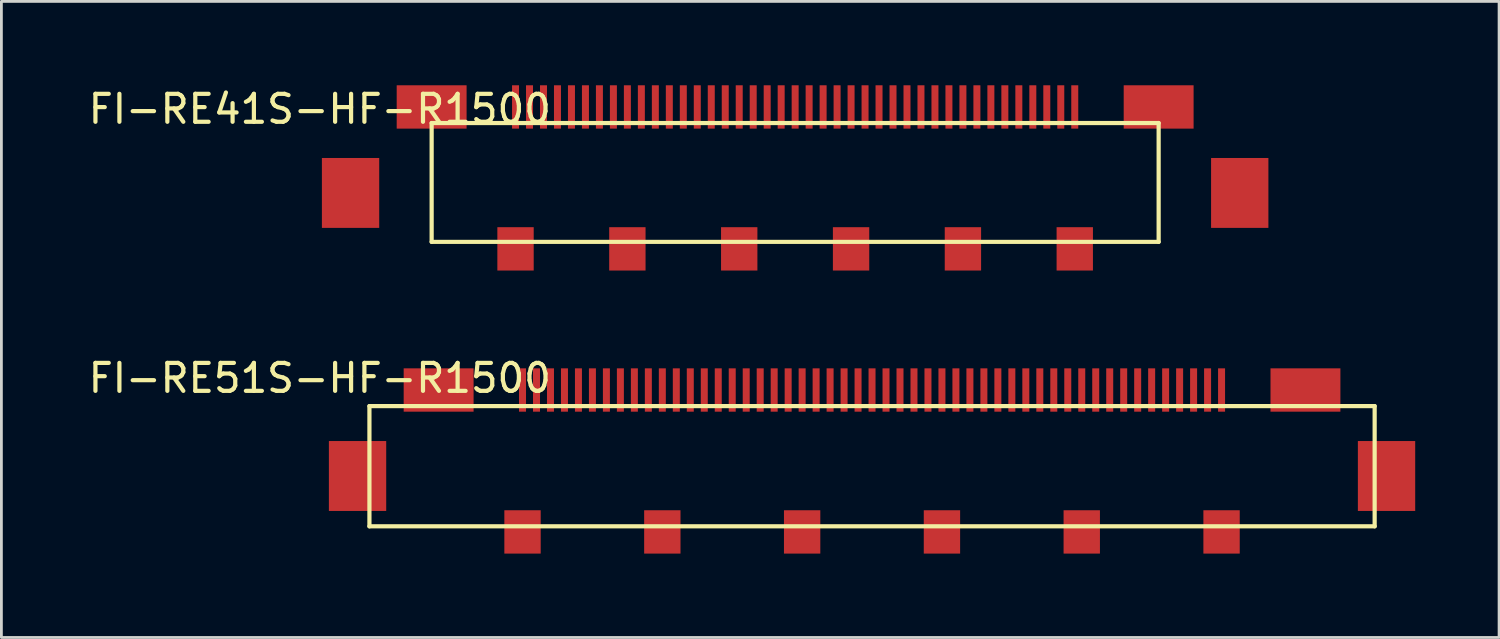
<source format=kicad_pcb>
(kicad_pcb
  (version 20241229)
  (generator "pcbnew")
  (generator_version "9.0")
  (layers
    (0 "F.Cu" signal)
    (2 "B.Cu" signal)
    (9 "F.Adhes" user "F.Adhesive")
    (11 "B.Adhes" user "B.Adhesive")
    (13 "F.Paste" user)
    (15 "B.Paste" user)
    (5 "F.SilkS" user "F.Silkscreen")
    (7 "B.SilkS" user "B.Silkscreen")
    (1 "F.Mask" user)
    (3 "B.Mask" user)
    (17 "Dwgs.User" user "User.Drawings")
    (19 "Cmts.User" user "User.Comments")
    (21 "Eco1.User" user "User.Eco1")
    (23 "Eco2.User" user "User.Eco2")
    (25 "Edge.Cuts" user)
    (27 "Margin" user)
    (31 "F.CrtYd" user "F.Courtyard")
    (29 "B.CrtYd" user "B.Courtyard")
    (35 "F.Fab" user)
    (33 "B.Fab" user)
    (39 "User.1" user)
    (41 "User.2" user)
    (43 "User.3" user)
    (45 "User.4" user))
  (footprint "FI-RE51S-HF-R1500"
    (layer "F.Cu")
    (at 28.137 11.473)
    (property "Reference" "FI-RE51S-HF-R1500" (at -19.75 -1 0) (layer "F.SilkS") (effects (font (size 1 1) (thickness 0.15))))
    (attr through_hole)
    (fp_line (start -17.975 0) (end 17.975 0) (stroke (width 0.15) (type solid)) (layer "F.SilkS"))
    (fp_line (start -17.975 4.3) (end -17.975 0) (stroke (width 0.15) (type solid)) (layer "F.SilkS"))
    (fp_line (start 17.975 0) (end 17.975 4.3) (stroke (width 0.15) (type solid)) (layer "F.SilkS"))
    (fp_line (start 17.975 4.3) (end -17.975 4.3) (stroke (width 0.15) (type solid)) (layer "F.SilkS"))
    (pad "1" smd rect (at -12.5 -0.575) (size 0.25 1.55) (layers "F.Cu" "F.Mask" "F.Paste"))
    (pad "2" smd rect (at -12 -0.575) (size 0.25 1.55) (layers "F.Cu" "F.Mask" "F.Paste"))
    (pad "3" smd rect (at -11.5 -0.575) (size 0.25 1.55) (layers "F.Cu" "F.Mask" "F.Paste"))
    (pad "4" smd rect (at -11 -0.575) (size 0.25 1.55) (layers "F.Cu" "F.Mask" "F.Paste"))
    (pad "5" smd rect (at -10.5 -0.575) (size 0.25 1.55) (layers "F.Cu" "F.Mask" "F.Paste"))
    (pad "6" smd rect (at -10 -0.575) (size 0.25 1.55) (layers "F.Cu" "F.Mask" "F.Paste"))
    (pad "7" smd rect (at -9.5 -0.575) (size 0.25 1.55) (layers "F.Cu" "F.Mask" "F.Paste"))
    (pad "8" smd rect (at -9 -0.575) (size 0.25 1.55) (layers "F.Cu" "F.Mask" "F.Paste"))
    (pad "9" smd rect (at -8.5 -0.575) (size 0.25 1.55) (layers "F.Cu" "F.Mask" "F.Paste"))
    (pad "10" smd rect (at -8 -0.575) (size 0.25 1.55) (layers "F.Cu" "F.Mask" "F.Paste"))
    (pad "11" smd rect (at -7.5 -0.575) (size 0.25 1.55) (layers "F.Cu" "F.Mask" "F.Paste"))
    (pad "12" smd rect (at -7 -0.575) (size 0.25 1.55) (layers "F.Cu" "F.Mask" "F.Paste"))
    (pad "13" smd rect (at -6.5 -0.575) (size 0.25 1.55) (layers "F.Cu" "F.Mask" "F.Paste"))
    (pad "14" smd rect (at -6 -0.575) (size 0.25 1.55) (layers "F.Cu" "F.Mask" "F.Paste"))
    (pad "15" smd rect (at -5.5 -0.575) (size 0.25 1.55) (layers "F.Cu" "F.Mask" "F.Paste"))
    (pad "16" smd rect (at -5 -0.575) (size 0.25 1.55) (layers "F.Cu" "F.Mask" "F.Paste"))
    (pad "17" smd rect (at -4.5 -0.575) (size 0.25 1.55) (layers "F.Cu" "F.Mask" "F.Paste"))
    (pad "18" smd rect (at -4 -0.575) (size 0.25 1.55) (layers "F.Cu" "F.Mask" "F.Paste"))
    (pad "19" smd rect (at -3.5 -0.575) (size 0.25 1.55) (layers "F.Cu" "F.Mask" "F.Paste"))
    (pad "20" smd rect (at -3 -0.575) (size 0.25 1.55) (layers "F.Cu" "F.Mask" "F.Paste"))
    (pad "21" smd rect (at -2.5 -0.575) (size 0.25 1.55) (layers "F.Cu" "F.Mask" "F.Paste"))
    (pad "22" smd rect (at -2 -0.575) (size 0.25 1.55) (layers "F.Cu" "F.Mask" "F.Paste"))
    (pad "23" smd rect (at -1.5 -0.575) (size 0.25 1.55) (layers "F.Cu" "F.Mask" "F.Paste"))
    (pad "24" smd rect (at -1 -0.575) (size 0.25 1.55) (layers "F.Cu" "F.Mask" "F.Paste"))
    (pad "25" smd rect (at -0.5 -0.575) (size 0.25 1.55) (layers "F.Cu" "F.Mask" "F.Paste"))
    (pad "26" smd rect (at 0 -0.575) (size 0.25 1.55) (layers "F.Cu" "F.Mask" "F.Paste"))
    (pad "27" smd rect (at 0.5 -0.575) (size 0.25 1.55) (layers "F.Cu" "F.Mask" "F.Paste"))
    (pad "28" smd rect (at 1 -0.575) (size 0.25 1.55) (layers "F.Cu" "F.Mask" "F.Paste"))
    (pad "29" smd rect (at 1.5 -0.575) (size 0.25 1.55) (layers "F.Cu" "F.Mask" "F.Paste"))
    (pad "30" smd rect (at 2 -0.575) (size 0.25 1.55) (layers "F.Cu" "F.Mask" "F.Paste"))
    (pad "31" smd rect (at 2.5 -0.575) (size 0.25 1.55) (layers "F.Cu" "F.Mask" "F.Paste"))
    (pad "32" smd rect (at 3 -0.575) (size 0.25 1.55) (layers "F.Cu" "F.Mask" "F.Paste"))
    (pad "33" smd rect (at 3.5 -0.575) (size 0.25 1.55) (layers "F.Cu" "F.Mask" "F.Paste"))
    (pad "34" smd rect (at 4 -0.575) (size 0.25 1.55) (layers "F.Cu" "F.Mask" "F.Paste"))
    (pad "35" smd rect (at 4.5 -0.575) (size 0.25 1.55) (layers "F.Cu" "F.Mask" "F.Paste"))
    (pad "36" smd rect (at 5 -0.575) (size 0.25 1.55) (layers "F.Cu" "F.Mask" "F.Paste"))
    (pad "37" smd rect (at 5.5 -0.575) (size 0.25 1.55) (layers "F.Cu" "F.Mask" "F.Paste"))
    (pad "38" smd rect (at 6 -0.575) (size 0.25 1.55) (layers "F.Cu" "F.Mask" "F.Paste"))
    (pad "39" smd rect (at 6.5 -0.575) (size 0.25 1.55) (layers "F.Cu" "F.Mask" "F.Paste"))
    (pad "40" smd rect (at 7 -0.575) (size 0.25 1.55) (layers "F.Cu" "F.Mask" "F.Paste"))
    (pad "41" smd rect (at 7.5 -0.575) (size 0.25 1.55) (layers "F.Cu" "F.Mask" "F.Paste"))
    (pad "42" smd rect (at 8 -0.575) (size 0.25 1.55) (layers "F.Cu" "F.Mask" "F.Paste"))
    (pad "43" smd rect (at 8.5 -0.575) (size 0.25 1.55) (layers "F.Cu" "F.Mask" "F.Paste"))
    (pad "44" smd rect (at 9 -0.575) (size 0.25 1.55) (layers "F.Cu" "F.Mask" "F.Paste"))
    (pad "45" smd rect (at 9.5 -0.575) (size 0.25 1.55) (layers "F.Cu" "F.Mask" "F.Paste"))
    (pad "46" smd rect (at 10 -0.575) (size 0.25 1.55) (layers "F.Cu" "F.Mask" "F.Paste"))
    (pad "47" smd rect (at 10.5 -0.575) (size 0.25 1.55) (layers "F.Cu" "F.Mask" "F.Paste"))
    (pad "48" smd rect (at 11 -0.575) (size 0.25 1.55) (layers "F.Cu" "F.Mask" "F.Paste"))
    (pad "49" smd rect (at 11.5 -0.575) (size 0.25 1.55) (layers "F.Cu" "F.Mask" "F.Paste"))
    (pad "50" smd rect (at 12 -0.575) (size 0.25 1.55) (layers "F.Cu" "F.Mask" "F.Paste"))
    (pad "51" smd rect (at 12.5 -0.575) (size 0.25 1.55) (layers "F.Cu" "F.Mask" "F.Paste"))
    (pad "SH" smd rect (at -18.4 2.5) (size 2.05 2.5) (layers "F.Cu" "F.Mask" "F.Paste"))
    (pad "SH" smd rect (at -15.5 -0.575) (size 2.5 1.55) (layers "F.Cu" "F.Mask" "F.Paste"))
    (pad "SH" smd rect (at -12.5 4.5) (size 1.3 1.55) (layers "F.Cu" "F.Mask" "F.Paste"))
    (pad "SH" smd rect (at -7.5 4.5) (size 1.3 1.55) (layers "F.Cu" "F.Mask" "F.Paste"))
    (pad "SH" smd rect (at -2.5 4.5) (size 1.3 1.55) (layers "F.Cu" "F.Mask" "F.Paste"))
    (pad "SH" smd rect (at 2.5 4.5) (size 1.3 1.55) (layers "F.Cu" "F.Mask" "F.Paste"))
    (pad "SH" smd rect (at 7.5 4.5) (size 1.3 1.55) (layers "F.Cu" "F.Mask" "F.Paste"))
    (pad "SH" smd rect (at 12.5 4.5) (size 1.3 1.55) (layers "F.Cu" "F.Mask" "F.Paste"))
    (pad "SH" smd rect (at 15.5 -0.575) (size 2.5 1.55) (layers "F.Cu" "F.Mask" "F.Paste"))
    (pad "SH" smd rect (at 18.4 2.5) (size 2.05 2.5) (layers "F.Cu" "F.Mask" "F.Paste")))
  (footprint "FI-RE41S-HF-R1500"
    (layer "F.Cu")
    (at 25.387 1.35)
    (property "Reference" "FI-RE41S-HF-R1500" (at -17 -0.5 0) (layer "F.SilkS") (effects (font (size 1 1) (thickness 0.15))))
    (attr smd)
    (fp_line (start -13 0) (end 13 0) (stroke (width 0.15) (type solid)) (layer "F.SilkS"))
    (fp_line (start -13 4.25) (end -13 0) (stroke (width 0.15) (type solid)) (layer "F.SilkS"))
    (fp_line (start 13 0) (end 13 4.25) (stroke (width 0.15) (type solid)) (layer "F.SilkS"))
    (fp_line (start 13 4.25) (end -13 4.25) (stroke (width 0.15) (type solid)) (layer "F.SilkS"))
    (pad "1" smd rect (at -10 -0.575) (size 0.25 1.55) (layers "F.Cu" "F.Mask" "F.Paste"))
    (pad "2" smd rect (at -9.5 -0.575) (size 0.25 1.55) (layers "F.Cu" "F.Mask" "F.Paste"))
    (pad "3" smd rect (at -9 -0.575) (size 0.25 1.55) (layers "F.Cu" "F.Mask" "F.Paste"))
    (pad "4" smd rect (at -8.5 -0.575) (size 0.25 1.55) (layers "F.Cu" "F.Mask" "F.Paste"))
    (pad "5" smd rect (at -8 -0.575) (size 0.25 1.55) (layers "F.Cu" "F.Mask" "F.Paste"))
    (pad "6" smd rect (at -7.5 -0.575) (size 0.25 1.55) (layers "F.Cu" "F.Mask" "F.Paste"))
    (pad "7" smd rect (at -7 -0.575) (size 0.25 1.55) (layers "F.Cu" "F.Mask" "F.Paste"))
    (pad "8" smd rect (at -6.5 -0.575) (size 0.25 1.55) (layers "F.Cu" "F.Mask" "F.Paste"))
    (pad "9" smd rect (at -6 -0.575) (size 0.25 1.55) (layers "F.Cu" "F.Mask" "F.Paste"))
    (pad "10" smd rect (at -5.5 -0.575) (size 0.25 1.55) (layers "F.Cu" "F.Mask" "F.Paste"))
    (pad "11" smd rect (at -5 -0.575) (size 0.25 1.55) (layers "F.Cu" "F.Mask" "F.Paste"))
    (pad "12" smd rect (at -4.5 -0.575) (size 0.25 1.55) (layers "F.Cu" "F.Mask" "F.Paste"))
    (pad "13" smd rect (at -4 -0.575) (size 0.25 1.55) (layers "F.Cu" "F.Mask" "F.Paste"))
    (pad "14" smd rect (at -3.5 -0.575) (size 0.25 1.55) (layers "F.Cu" "F.Mask" "F.Paste"))
    (pad "15" smd rect (at -3 -0.575) (size 0.25 1.55) (layers "F.Cu" "F.Mask" "F.Paste"))
    (pad "16" smd rect (at -2.5 -0.575) (size 0.25 1.55) (layers "F.Cu" "F.Mask" "F.Paste"))
    (pad "17" smd rect (at -2 -0.575) (size 0.25 1.55) (layers "F.Cu" "F.Mask" "F.Paste"))
    (pad "18" smd rect (at -1.5 -0.575) (size 0.25 1.55) (layers "F.Cu" "F.Mask" "F.Paste"))
    (pad "19" smd rect (at -1 -0.575) (size 0.25 1.55) (layers "F.Cu" "F.Mask" "F.Paste"))
    (pad "20" smd rect (at -0.5 -0.575) (size 0.25 1.55) (layers "F.Cu" "F.Mask" "F.Paste"))
    (pad "21" smd rect (at 0 -0.575) (size 0.25 1.55) (layers "F.Cu" "F.Mask" "F.Paste"))
    (pad "22" smd rect (at 0.5 -0.575) (size 0.25 1.55) (layers "F.Cu" "F.Mask" "F.Paste"))
    (pad "23" smd rect (at 1 -0.575) (size 0.25 1.55) (layers "F.Cu" "F.Mask" "F.Paste"))
    (pad "24" smd rect (at 1.5 -0.575) (size 0.25 1.55) (layers "F.Cu" "F.Mask" "F.Paste"))
    (pad "25" smd rect (at 2 -0.575) (size 0.25 1.55) (layers "F.Cu" "F.Mask" "F.Paste"))
    (pad "26" smd rect (at 2.5 -0.575) (size 0.25 1.55) (layers "F.Cu" "F.Mask" "F.Paste"))
    (pad "27" smd rect (at 3 -0.575) (size 0.25 1.55) (layers "F.Cu" "F.Mask" "F.Paste"))
    (pad "28" smd rect (at 3.5 -0.575) (size 0.25 1.55) (layers "F.Cu" "F.Mask" "F.Paste"))
    (pad "29" smd rect (at 4 -0.575) (size 0.25 1.55) (layers "F.Cu" "F.Mask" "F.Paste"))
    (pad "30" smd rect (at 4.5 -0.575) (size 0.25 1.55) (layers "F.Cu" "F.Mask" "F.Paste"))
    (pad "31" smd rect (at 5 -0.575) (size 0.25 1.55) (layers "F.Cu" "F.Mask" "F.Paste"))
    (pad "32" smd rect (at 5.5 -0.575) (size 0.25 1.55) (layers "F.Cu" "F.Mask" "F.Paste"))
    (pad "33" smd rect (at 6 -0.575) (size 0.25 1.55) (layers "F.Cu" "F.Mask" "F.Paste"))
    (pad "34" smd rect (at 6.5 -0.575) (size 0.25 1.55) (layers "F.Cu" "F.Mask" "F.Paste"))
    (pad "35" smd rect (at 7 -0.575) (size 0.25 1.55) (layers "F.Cu" "F.Mask" "F.Paste"))
    (pad "36" smd rect (at 7.5 -0.575) (size 0.25 1.55) (layers "F.Cu" "F.Mask" "F.Paste"))
    (pad "37" smd rect (at 8 -0.575) (size 0.25 1.55) (layers "F.Cu" "F.Mask" "F.Paste"))
    (pad "38" smd rect (at 8.5 -0.575) (size 0.25 1.55) (layers "F.Cu" "F.Mask" "F.Paste"))
    (pad "39" smd rect (at 9 -0.575) (size 0.25 1.55) (layers "F.Cu" "F.Mask" "F.Paste"))
    (pad "40" smd rect (at 9.5 -0.575) (size 0.25 1.55) (layers "F.Cu" "F.Mask" "F.Paste"))
    (pad "41" smd rect (at 10 -0.575) (size 0.25 1.55) (layers "F.Cu" "F.Mask" "F.Paste"))
    (pad "SH" smd rect (at -15.9 2.5) (size 2.05 2.5) (layers "F.Cu" "F.Mask" "F.Paste"))
    (pad "SH" smd rect (at -13 -0.575) (size 2.5 1.55) (layers "F.Cu" "F.Mask" "F.Paste"))
    (pad "SH" smd rect (at -10 4.5) (size 1.3 1.55) (layers "F.Cu" "F.Mask" "F.Paste"))
    (pad "SH" smd rect (at -6 4.5) (size 1.3 1.55) (layers "F.Cu" "F.Mask" "F.Paste"))
    (pad "SH" smd rect (at -2 4.5) (size 1.3 1.55) (layers "F.Cu" "F.Mask" "F.Paste"))
    (pad "SH" smd rect (at 2 4.5) (size 1.3 1.55) (layers "F.Cu" "F.Mask" "F.Paste"))
    (pad "SH" smd rect (at 6 4.5) (size 1.3 1.55) (layers "F.Cu" "F.Mask" "F.Paste"))
    (pad "SH" smd rect (at 10 4.5) (size 1.3 1.55) (layers "F.Cu" "F.Mask" "F.Paste"))
    (pad "SH" smd rect (at 13 -0.575) (size 2.5 1.55) (layers "F.Cu" "F.Mask" "F.Paste"))
    (pad "SH" smd rect (at 15.9 2.5) (size 2.05 2.5) (layers "F.Cu" "F.Mask" "F.Paste")))
  (gr_rect
    (start -3 -3)
    (end 50.562 19.748)
    (stroke (width 0.1) (type default))
    (fill no)
    (layer "Edge.Cuts")))
</source>
